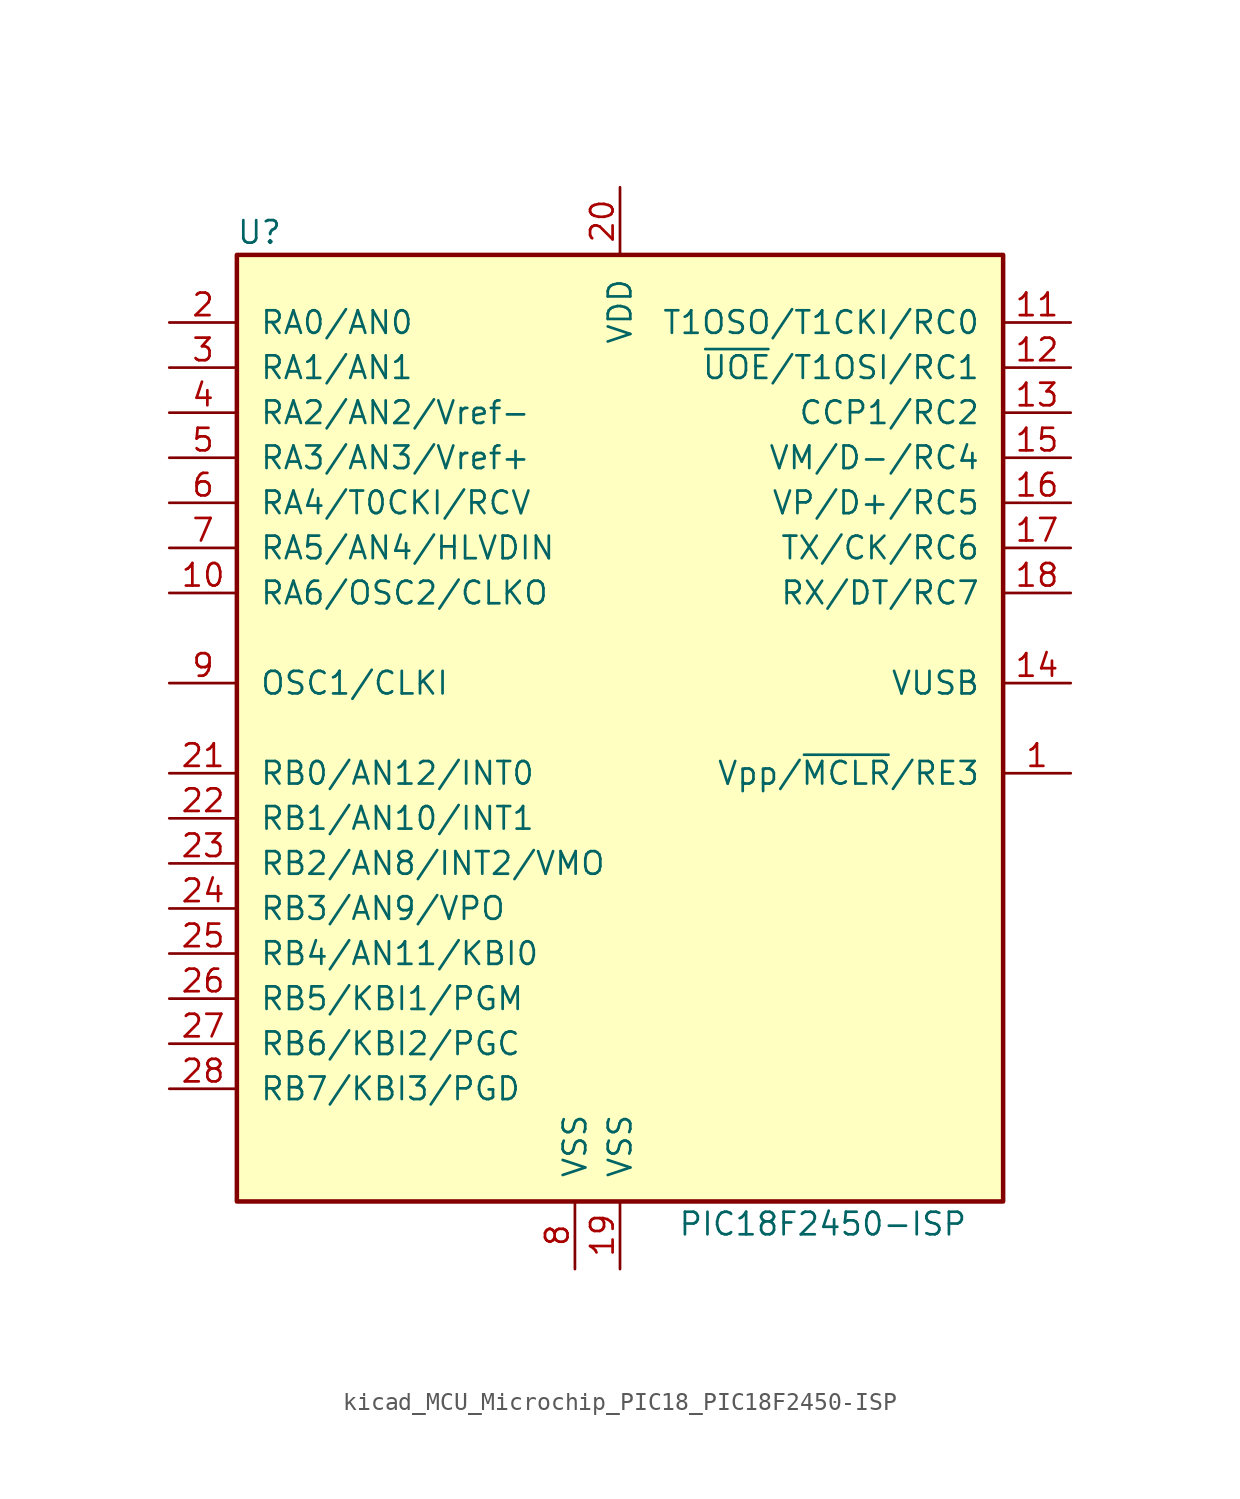
<source format=kicad_sym>
(kicad_symbol_lib
  (version 20220914)
  (generator kicad_symbol_editor)
  (symbol "kicad_MCU_Microchip_PIC18_PIC18F2450-ISP"
    (pin_names
      (offset 1.27))
    (property "Reference" "U"
      (at -20.32 27.94 0)
      (effects (font (size 1.27 1.27))))
    (property "Value" "PIC18F2450-ISP"
      (at 11.43 -27.94 0)
      (effects (font (size 1.27 1.27))))
    (symbol "kicad_MCU_Microchip_PIC18_PIC18F2450-ISP_0_1"
      (rectangle (start -21.59 26.67) (end 21.59 -26.67) (stroke (width 0.254) (type default)) (fill (type background))))
    (symbol "kicad_MCU_Microchip_PIC18_PIC18F2450-ISP_1_1"
      (pin input line (at 25.4 -2.54 180) (length 3.81) (name "Vpp/~{MCLR}/RE3" (effects (font (size 1.27 1.27)))) (number "1" (effects (font (size 1.27 1.27)))))
      (pin output line (at -25.4 7.62 0) (length 3.81) (name "RA6/OSC2/CLKO" (effects (font (size 1.27 1.27)))) (number "10" (effects (font (size 1.27 1.27)))))
      (pin bidirectional line (at 25.4 22.86 180) (length 3.81) (name "T1OSO/T1CKI/RC0" (effects (font (size 1.27 1.27)))) (number "11" (effects (font (size 1.27 1.27)))))
      (pin bidirectional line (at 25.4 20.32 180) (length 3.81) (name "~{UOE}/T1OSI/RC1" (effects (font (size 1.27 1.27)))) (number "12" (effects (font (size 1.27 1.27)))))
      (pin bidirectional line (at 25.4 17.78 180) (length 3.81) (name "CCP1/RC2" (effects (font (size 1.27 1.27)))) (number "13" (effects (font (size 1.27 1.27)))))
      (pin bidirectional line (at 25.4 2.54 180) (length 3.81) (name "VUSB" (effects (font (size 1.27 1.27)))) (number "14" (effects (font (size 1.27 1.27)))))
      (pin bidirectional line (at 25.4 15.24 180) (length 3.81) (name "VM/D-/RC4" (effects (font (size 1.27 1.27)))) (number "15" (effects (font (size 1.27 1.27)))))
      (pin bidirectional line (at 25.4 12.7 180) (length 3.81) (name "VP/D+/RC5" (effects (font (size 1.27 1.27)))) (number "16" (effects (font (size 1.27 1.27)))))
      (pin bidirectional line (at 25.4 10.16 180) (length 3.81) (name "TX/CK/RC6" (effects (font (size 1.27 1.27)))) (number "17" (effects (font (size 1.27 1.27)))))
      (pin bidirectional line (at 25.4 7.62 180) (length 3.81) (name "RX/DT/RC7" (effects (font (size 1.27 1.27)))) (number "18" (effects (font (size 1.27 1.27)))))
      (pin power_in line (at 0 -30.48 90) (length 3.81) (name "VSS" (effects (font (size 1.27 1.27)))) (number "19" (effects (font (size 1.27 1.27)))))
      (pin bidirectional line (at -25.4 22.86 0) (length 3.81) (name "RA0/AN0" (effects (font (size 1.27 1.27)))) (number "2" (effects (font (size 1.27 1.27)))))
      (pin power_in line (at 0 30.48 270) (length 3.81) (name "VDD" (effects (font (size 1.27 1.27)))) (number "20" (effects (font (size 1.27 1.27)))))
      (pin bidirectional line (at -25.4 -2.54 0) (length 3.81) (name "RB0/AN12/INT0" (effects (font (size 1.27 1.27)))) (number "21" (effects (font (size 1.27 1.27)))))
      (pin bidirectional line (at -25.4 -5.08 0) (length 3.81) (name "RB1/AN10/INT1" (effects (font (size 1.27 1.27)))) (number "22" (effects (font (size 1.27 1.27)))))
      (pin bidirectional line (at -25.4 -7.62 0) (length 3.81) (name "RB2/AN8/INT2/VMO" (effects (font (size 1.27 1.27)))) (number "23" (effects (font (size 1.27 1.27)))))
      (pin bidirectional line (at -25.4 -10.16 0) (length 3.81) (name "RB3/AN9/VPO" (effects (font (size 1.27 1.27)))) (number "24" (effects (font (size 1.27 1.27)))))
      (pin bidirectional line (at -25.4 -12.7 0) (length 3.81) (name "RB4/AN11/KBI0" (effects (font (size 1.27 1.27)))) (number "25" (effects (font (size 1.27 1.27)))))
      (pin bidirectional line (at -25.4 -15.24 0) (length 3.81) (name "RB5/KBI1/PGM" (effects (font (size 1.27 1.27)))) (number "26" (effects (font (size 1.27 1.27)))))
      (pin bidirectional line (at -25.4 -17.78 0) (length 3.81) (name "RB6/KBI2/PGC" (effects (font (size 1.27 1.27)))) (number "27" (effects (font (size 1.27 1.27)))))
      (pin bidirectional line (at -25.4 -20.32 0) (length 3.81) (name "RB7/KBI3/PGD" (effects (font (size 1.27 1.27)))) (number "28" (effects (font (size 1.27 1.27)))))
      (pin bidirectional line (at -25.4 20.32 0) (length 3.81) (name "RA1/AN1" (effects (font (size 1.27 1.27)))) (number "3" (effects (font (size 1.27 1.27)))))
      (pin bidirectional line (at -25.4 17.78 0) (length 3.81) (name "RA2/AN2/Vref-" (effects (font (size 1.27 1.27)))) (number "4" (effects (font (size 1.27 1.27)))))
      (pin bidirectional line (at -25.4 15.24 0) (length 3.81) (name "RA3/AN3/Vref+" (effects (font (size 1.27 1.27)))) (number "5" (effects (font (size 1.27 1.27)))))
      (pin bidirectional line (at -25.4 12.7 0) (length 3.81) (name "RA4/T0CKI/RCV" (effects (font (size 1.27 1.27)))) (number "6" (effects (font (size 1.27 1.27)))))
      (pin bidirectional line (at -25.4 10.16 0) (length 3.81) (name "RA5/AN4/HLVDIN" (effects (font (size 1.27 1.27)))) (number "7" (effects (font (size 1.27 1.27)))))
      (pin power_in line (at -2.54 -30.48 90) (length 3.81) (name "VSS" (effects (font (size 1.27 1.27)))) (number "8" (effects (font (size 1.27 1.27)))))
      (pin input line (at -25.4 2.54 0) (length 3.81) (name "OSC1/CLKI" (effects (font (size 1.27 1.27)))) (number "9" (effects (font (size 1.27 1.27))))))))
</source>
